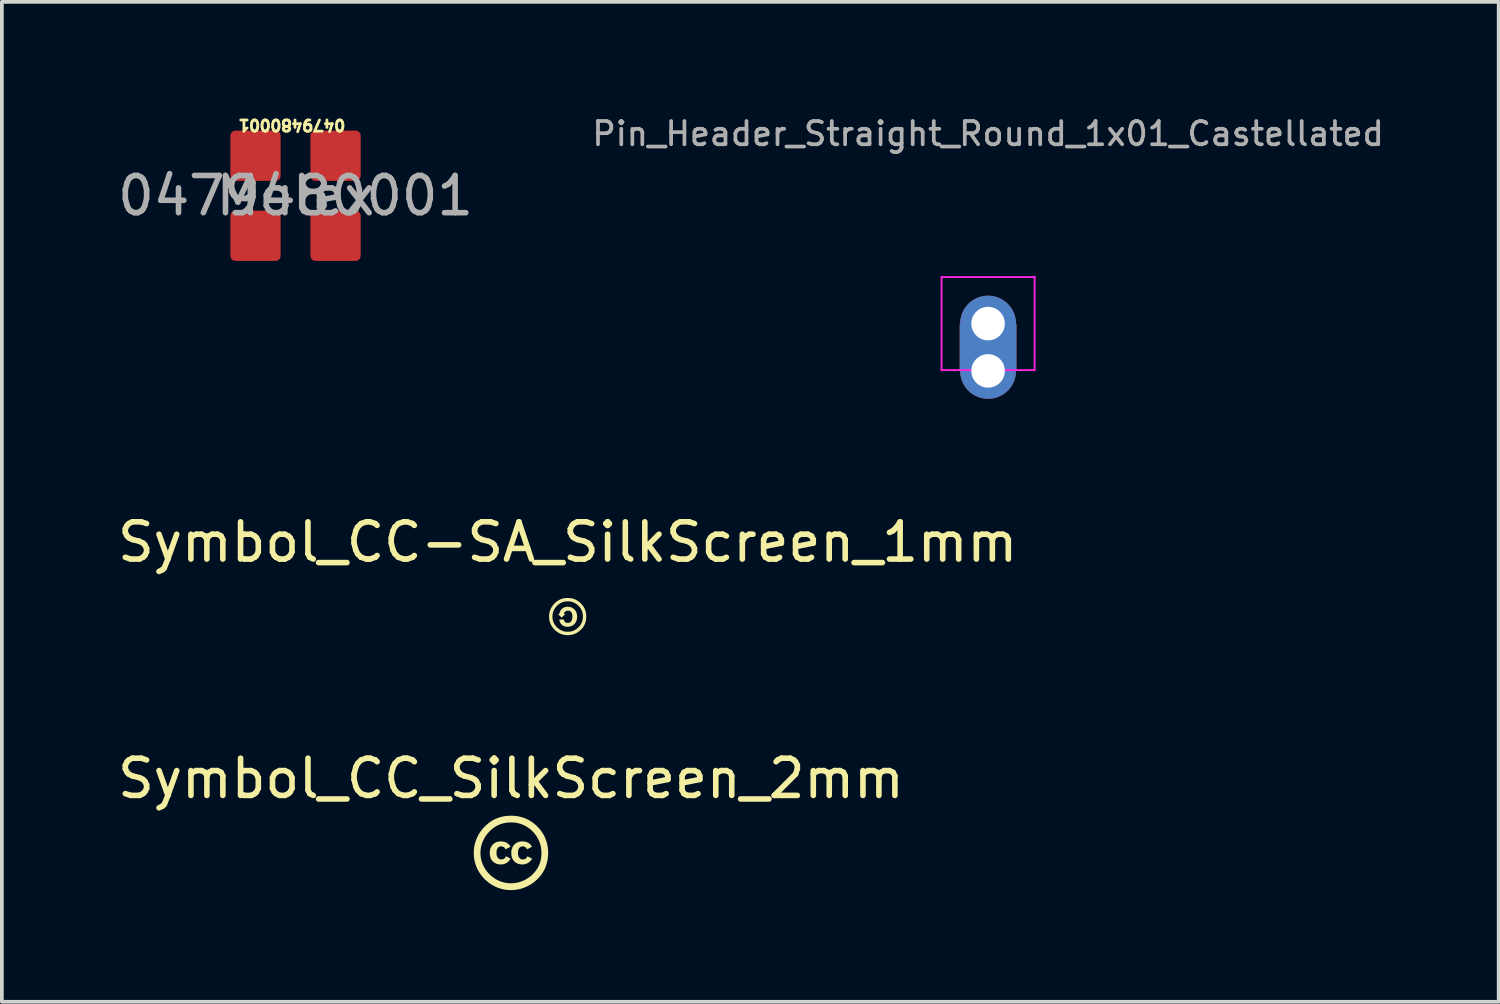
<source format=kicad_pcb>
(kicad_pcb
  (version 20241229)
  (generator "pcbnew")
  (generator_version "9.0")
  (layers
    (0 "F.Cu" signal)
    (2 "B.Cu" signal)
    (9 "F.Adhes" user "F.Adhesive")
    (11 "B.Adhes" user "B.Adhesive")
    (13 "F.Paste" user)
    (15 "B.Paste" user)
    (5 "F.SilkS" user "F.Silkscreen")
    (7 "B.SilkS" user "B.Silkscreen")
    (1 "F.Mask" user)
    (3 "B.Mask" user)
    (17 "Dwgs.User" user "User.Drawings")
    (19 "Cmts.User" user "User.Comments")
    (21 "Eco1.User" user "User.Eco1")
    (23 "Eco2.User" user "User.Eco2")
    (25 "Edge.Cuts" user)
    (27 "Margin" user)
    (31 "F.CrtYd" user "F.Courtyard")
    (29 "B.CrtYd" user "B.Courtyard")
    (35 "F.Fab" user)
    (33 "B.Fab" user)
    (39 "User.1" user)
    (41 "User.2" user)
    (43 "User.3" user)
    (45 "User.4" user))
  (footprint "Pin_Header_Straight_Round_1x01_Castellated"
    (layer "F.Cu")
    (at 23.486 5.641)
    (property "Reference" "Pin_Header_Straight_Round_1x01_Castellated" (at 0 -5.1 180) (layer "F.Fab") (effects (font (size 0.625 0.625) (thickness 0.1))))
    (attr through_hole)
    (fp_line (start -1.25 -1.25) (end -1.25 1.25) (stroke (width 0.05) (type solid)) (layer "F.CrtYd"))
    (fp_line (start -1.25 -1.25) (end 1.25 -1.25) (stroke (width 0.05) (type solid)) (layer "F.CrtYd"))
    (fp_line (start -1.25 1.25) (end 1.25 1.25) (stroke (width 0.05) (type solid)) (layer "F.CrtYd"))
    (fp_line (start 1.25 -1.25) (end 1.25 1.25) (stroke (width 0.05) (type solid)) (layer "F.CrtYd"))
    (pad "1" thru_hole circle (at 0 0) (size 1.5 1.5) (drill 0.9) (layers "*.Cu" "*.Mask"))
    (pad "1" smd rect (at 0 0.635) (size 1.524 1.27) (layers "F.Cu" "F.Mask"))
    (pad "1" smd rect (at 0 0.635) (size 1.524 1.27) (layers "B.Cu" "B.Mask"))
    (pad "1" thru_hole circle (at 0 1.27) (size 1.5 1.5) (drill 0.9) (layers "*.Cu" "*.Mask")))
  (footprint "Symbol_CC_SilkScreen_2mm"
    (layer "F.Cu")
    (at 10.673 19.857)
    (property "Reference" "Symbol_CC_SilkScreen_2mm" (at 0 -2 180) (layer "F.SilkS") (effects (font (size 1 1) (thickness 0.15))))
    (attr exclude_from_pos_files exclude_from_bom)
    (fp_poly (pts (xy -0.012 -0.167) (xy -0.146 -0.097) (xy -0.169 -0.135) (xy -0.198 -0.16) (xy -0.256 -0.177) (xy -0.304 -0.17) (xy -0.342 -0.149) (xy -0.369 -0.114) (xy -0.385 -0.064) (xy -0.39 -0.001) (xy -0.386 0.049) (xy -0.375 0.092) (xy -0.356 0.128) (xy -0.314 0.164) (xy -0.256 0.176) (xy -0.204 0.166) (xy -0.163 0.138) (xy -0.133 0.09) (xy -0.01 0.153) (xy -0.039 0.198) (xy -0.076 0.236) (xy -0.119 0.268) (xy -0.167 0.291) (xy -0.218 0.305) (xy -0.272 0.31) (xy -0.336 0.304) (xy -0.393 0.289) (xy -0.444 0.263) (xy -0.488 0.227) (xy -0.518 0.192) (xy -0.541 0.152) (xy -0.557 0.106) (xy -0.567 0.055) (xy -0.57 -0.001) (xy -0.567 -0.056) (xy -0.557 -0.106) (xy -0.54 -0.151) (xy -0.517 -0.192) (xy -0.487 -0.227) (xy -0.443 -0.264) (xy -0.393 -0.29) (xy -0.338 -0.306) (xy -0.278 -0.311) (xy -0.219 -0.307) (xy -0.166 -0.295) (xy -0.118 -0.275) (xy -0.077 -0.247) (xy -0.041 -0.211) (xy -0.012 -0.167)) (stroke (width 0) (type solid)) (fill yes) (layer "F.SilkS"))
    (fp_poly (pts (xy 0.565 -0.167) (xy 0.433 -0.097) (xy 0.409 -0.135) (xy 0.38 -0.16) (xy 0.349 -0.173) (xy 0.32 -0.177) (xy 0.272 -0.17) (xy 0.234 -0.149) (xy 0.208 -0.114) (xy 0.192 -0.064) (xy 0.186 -0.001) (xy 0.19 0.049) (xy 0.201 0.092) (xy 0.22 0.128) (xy 0.262 0.164) (xy 0.32 0.176) (xy 0.373 0.166) (xy 0.414 0.138) (xy 0.443 0.09) (xy 0.568 0.153) (xy 0.538 0.198) (xy 0.501 0.236) (xy 0.458 0.268) (xy 0.41 0.291) (xy 0.359 0.305) (xy 0.306 0.31) (xy 0.241 0.304) (xy 0.184 0.289) (xy 0.133 0.263) (xy 0.089 0.227) (xy 0.06 0.192) (xy 0.037 0.152) (xy 0.021 0.106) (xy 0.011 0.055) (xy 0.008 -0.001) (xy 0.011 -0.056) (xy 0.021 -0.106) (xy 0.038 -0.151) (xy 0.061 -0.192) (xy 0.091 -0.227) (xy 0.135 -0.264) (xy 0.185 -0.29) (xy 0.24 -0.306) (xy 0.301 -0.311) (xy 0.359 -0.307) (xy 0.412 -0.295) (xy 0.459 -0.275) (xy 0.5 -0.247) (xy 0.535 -0.211) (xy 0.565 -0.167)) (stroke (width 0) (type solid)) (fill yes) (layer "F.SilkS"))
    (fp_poly (pts (xy -0.003 -1) (xy 0.001 -0.82) (xy 0.062 -0.818) (xy 0.121 -0.812) (xy 0.178 -0.802) (xy 0.234 -0.788) (xy 0.289 -0.77) (xy 0.341 -0.748) (xy 0.393 -0.722) (xy 0.442 -0.692) (xy 0.49 -0.659) (xy 0.536 -0.621) (xy 0.581 -0.579) (xy 0.618 -0.539) (xy 0.652 -0.498) (xy 0.683 -0.455) (xy 0.711 -0.41) (xy 0.735 -0.363) (xy 0.757 -0.315) (xy 0.776 -0.265) (xy 0.791 -0.214) (xy 0.803 -0.162) (xy 0.811 -0.109) (xy 0.816 -0.056) (xy 0.818 -0.001) (xy 0.816 0.061) (xy 0.81 0.121) (xy 0.801 0.178) (xy 0.787 0.234) (xy 0.77 0.288) (xy 0.748 0.34) (xy 0.723 0.39) (xy 0.694 0.439) (xy 0.661 0.485) (xy 0.625 0.529) (xy 0.584 0.572) (xy 0.543 0.61) (xy 0.5 0.644) (xy 0.456 0.676) (xy 0.409 0.704) (xy 0.362 0.73) (xy 0.312 0.752) (xy 0.262 0.771) (xy 0.211 0.787) (xy 0.159 0.799) (xy 0.107 0.807) (xy 0.054 0.813) (xy 0.001 0.814) (xy -0.053 0.813) (xy -0.106 0.808) (xy -0.158 0.799) (xy -0.209 0.787) (xy -0.26 0.772) (xy -0.31 0.753) (xy -0.358 0.731) (xy -0.405 0.706) (xy -0.45 0.677) (xy -0.494 0.646) (xy -0.535 0.612) (xy -0.575 0.574) (xy -0.613 0.535) (xy -0.648 0.493) (xy -0.68 0.45) (xy -0.708 0.404) (xy -0.734 0.357) (xy -0.757 0.309) (xy -0.776 0.259) (xy -0.792 0.208) (xy -0.804 0.157) (xy -0.813 0.105) (xy -0.818 0.052) (xy -0.82 -0.001) (xy -0.818 -0.055) (xy -0.813 -0.108) (xy -0.804 -0.16) (xy -0.792 -0.211) (xy -0.776 -0.262) (xy -0.757 -0.312) (xy -0.734 -0.361) (xy -0.708 -0.408) (xy -0.68 -0.454) (xy -0.648 -0.498) (xy -0.613 -0.54) (xy -0.575 -0.581) (xy -0.532 -0.622) (xy -0.487 -0.66) (xy -0.44 -0.693) (xy -0.391 -0.723) (xy -0.34 -0.749) (xy -0.288 -0.77) (xy -0.234 -0.788) (xy -0.178 -0.802) (xy -0.12 -0.812) (xy -0.061 -0.818) (xy 0.001 -0.82) (xy -0.003 -1) (xy -0.066 -0.998) (xy -0.128 -0.993) (xy -0.188 -0.985) (xy -0.246 -0.972) (xy -0.303 -0.957) (xy -0.359 -0.938) (xy -0.413 -0.916) (xy -0.465 -0.89) (xy -0.516 -0.861) (xy -0.565 -0.828) (xy -0.613 -0.792) (xy -0.659 -0.752) (xy -0.704 -0.709) (xy -0.744 -0.667) (xy -0.781 -0.623) (xy -0.815 -0.578) (xy -0.847 -0.532) (xy -0.875 -0.483) (xy -0.901 -0.433) (xy -0.924 -0.382) (xy -0.944 -0.329) (xy -0.961 -0.276) (xy -0.975 -0.222) (xy -0.986 -0.168) (xy -0.994 -0.113) (xy -0.998 -0.057) (xy -1 -0.001) (xy -0.998 0.056) (xy -0.994 0.112) (xy -0.986 0.167) (xy -0.976 0.221) (xy -0.962 0.275) (xy -0.945 0.327) (xy -0.925 0.379) (xy -0.902 0.43) (xy -0.877 0.479) (xy -0.848 0.527) (xy -0.817 0.573) (xy -0.783 0.618) (xy -0.746 0.661) (xy -0.707 0.703) (xy -0.665 0.743) (xy -0.621 0.779) (xy -0.577 0.814) (xy -0.53 0.845) (xy -0.482 0.873) (xy -0.433 0.899) (xy -0.382 0.922) (xy -0.33 0.942) (xy -0.277 0.959) (xy -0.223 0.973) (xy -0.169 0.984) (xy -0.114 0.992) (xy -0.059 0.997) (xy -0.003 0.998) (xy 0.054 0.997) (xy 0.109 0.992) (xy 0.165 0.984) (xy 0.22 0.973) (xy 0.274 0.959) (xy 0.328 0.942) (xy 0.381 0.921) (xy 0.433 0.898) (xy 0.484 0.872) (xy 0.533 0.843) (xy 0.58 0.812) (xy 0.626 0.777) (xy 0.67 0.74) (xy 0.713 0.7) (xy 0.752 0.66) (xy 0.788 0.618) (xy 0.821 0.575) (xy 0.851 0.529) (xy 0.879 0.482) (xy 0.904 0.434) (xy 0.926 0.383) (xy 0.945 0.332) (xy 0.961 0.279) (xy 0.974 0.225) (xy 0.985 0.17) (xy 0.992 0.114) (xy 0.997 0.057) (xy 0.998 -0.001) (xy 0.997 -0.059) (xy 0.992 -0.115) (xy 0.985 -0.171) (xy 0.974 -0.226) (xy 0.961 -0.28) (xy 0.944 -0.333) (xy 0.925 -0.385) (xy 0.903 -0.436) (xy 0.878 -0.486) (xy 0.85 -0.533) (xy 0.819 -0.579) (xy 0.786 -0.624) (xy 0.75 -0.666) (xy 0.711 -0.707) (xy 0.668 -0.748) (xy 0.624 -0.785) (xy 0.579 -0.819) (xy 0.532 -0.851) (xy 0.485 -0.879) (xy 0.436 -0.904) (xy 0.385 -0.927) (xy 0.334 -0.946) (xy 0.281 -0.963) (xy 0.227 -0.976) (xy 0.171 -0.987) (xy 0.114 -0.994) (xy 0.056 -0.999) (xy -0.003 -1)) (stroke (width 0) (type solid)) (fill yes) (layer "F.SilkS")))
  (footprint "0479480001"
    (layer "F.Cu")
    (at 4.887 2.207)
    (property "Reference" "0479480001" (at -0.1 -1.9 180) (unlocked yes) (layer "F.SilkS") (effects (font (size 0.3 0.3) (thickness 0.075))))
    (property "Datasheet" "" (at 0 0 0) (unlocked yes) (layer "F.Fab") (effects (font (size 1.27 1.27) (thickness 0.15))))
    (property "Description" "" (at 0 0 0) (unlocked yes) (layer "F.Fab") (effects (font (size 1.27 1.27) (thickness 0.15))))
    (property "Mfg" "Molex" (at 0 0 0) (layer "F.Fab") (effects (font (size 1 1) (thickness 0.15))))
    (property "PN" "0479480001" (at 0 0 0) (layer "F.Fab") (effects (font (size 1 1) (thickness 0.15))))
    (attr through_hole)
    (pad "1" smd roundrect (at 1.075 1.075) (size 1.35 1.35) (layers "F.Cu" "F.Mask" "F.Paste") (roundrect_rratio 0.1))
    (pad "2" smd roundrect (at -1.075 -1.075) (size 1.35 1.35) (layers "F.Cu" "F.Mask" "F.Paste") (roundrect_rratio 0.1))
    (pad "2" smd roundrect (at -1.075 1.075) (size 1.35 1.35) (layers "F.Cu" "F.Mask" "F.Paste") (roundrect_rratio 0.1))
    (pad "2" smd roundrect (at 1.075 -1.075) (size 1.35 1.35) (layers "F.Cu" "F.Mask" "F.Paste") (roundrect_rratio 0.1)))
  (footprint "Symbol_CC-SA_SilkScreen_1mm"
    (layer "F.Cu")
    (at 12.196 13.509)
    (property "Reference" "Symbol_CC-SA_SilkScreen_1mm" (at 0 -2 180) (layer "F.SilkS") (effects (font (size 1 1) (thickness 0.15))))
    (attr exclude_from_pos_files exclude_from_bom)
    (fp_poly (pts (xy -0.223 -0.071) (xy -0.217 -0.1) (xy -0.208 -0.128) (xy -0.197 -0.152) (xy -0.183 -0.175) (xy -0.167 -0.195) (xy -0.149 -0.213) (xy -0.128 -0.229) (xy -0.106 -0.241) (xy -0.082 -0.251) (xy -0.057 -0.258) (xy -0.031 -0.262) (xy -0.003 -0.264) (xy 0.029 -0.262) (xy 0.06 -0.257) (xy 0.089 -0.25) (xy 0.116 -0.239) (xy 0.14 -0.225) (xy 0.163 -0.208) (xy 0.184 -0.188) (xy 0.203 -0.165) (xy 0.218 -0.141) (xy 0.231 -0.115) (xy 0.241 -0.087) (xy 0.248 -0.058) (xy 0.252 -0.026) (xy 0.254 0.007) (xy 0.252 0.039) (xy 0.248 0.069) (xy 0.24 0.098) (xy 0.23 0.125) (xy 0.217 0.151) (xy 0.201 0.175) (xy 0.182 0.198) (xy 0.16 0.218) (xy 0.137 0.235) (xy 0.112 0.249) (xy 0.085 0.26) (xy 0.056 0.268) (xy 0.026 0.273) (xy -0.006 0.274) (xy -0.033 0.273) (xy -0.06 0.269) (xy -0.085 0.262) (xy -0.109 0.252) (xy -0.131 0.239) (xy -0.152 0.223) (xy -0.171 0.205) (xy -0.188 0.185) (xy -0.201 0.162) (xy -0.212 0.137) (xy -0.221 0.109) (xy -0.226 0.079) (xy -0.1 0.079) (xy -0.096 0.107) (xy -0.086 0.129) (xy -0.071 0.147) (xy -0.05 0.16) (xy -0.023 0.167) (xy 0.009 0.17) (xy 0.034 0.167) (xy 0.057 0.159) (xy 0.077 0.144) (xy 0.094 0.124) (xy 0.106 0.105) (xy 0.115 0.083) (xy 0.121 0.059) (xy 0.125 0.032) (xy 0.126 0.003) (xy 0.125 -0.027) (xy 0.122 -0.054) (xy 0.116 -0.079) (xy 0.107 -0.1) (xy 0.097 -0.118) (xy 0.08 -0.136) (xy 0.061 -0.149) (xy 0.038 -0.157) (xy 0.012 -0.159) (xy -0.019 -0.157) (xy -0.045 -0.149) (xy -0.066 -0.137) (xy -0.082 -0.12) (xy -0.094 -0.098) (xy -0.1 -0.071) (xy -0.064 -0.071) (xy -0.163 0.028) (xy -0.262 -0.071) (xy -0.223 -0.071)) (stroke (width 0) (type solid)) (fill yes) (layer "F.SilkS"))
    (fp_poly (pts (xy -0.001 -0.5) (xy 0.000418 -0.41) (xy 0.031 -0.409) (xy 0.061 -0.406) (xy 0.089 -0.401) (xy 0.117 -0.394) (xy 0.145 -0.385) (xy 0.171 -0.374) (xy 0.196 -0.361) (xy 0.221 -0.346) (xy 0.245 -0.329) (xy 0.267 -0.31) (xy 0.289 -0.289) (xy 0.31 -0.268) (xy 0.329 -0.245) (xy 0.346 -0.221) (xy 0.361 -0.197) (xy 0.373 -0.171) (xy 0.384 -0.145) (xy 0.393 -0.118) (xy 0.4 -0.09) (xy 0.405 -0.061) (xy 0.408 -0.031) (xy 0.409 -0.000467) (xy 0.408 0.03) (xy 0.405 0.06) (xy 0.4 0.089) (xy 0.393 0.117) (xy 0.385 0.144) (xy 0.374 0.17) (xy 0.361 0.195) (xy 0.347 0.219) (xy 0.33 0.242) (xy 0.312 0.265) (xy 0.291 0.286) (xy 0.268 0.307) (xy 0.245 0.326) (xy 0.22 0.343) (xy 0.195 0.359) (xy 0.17 0.372) (xy 0.143 0.383) (xy 0.116 0.392) (xy 0.088 0.399) (xy 0.06 0.404) (xy 0.03 0.407) (xy 0.000387 0.408) (xy -0.03 0.407) (xy -0.059 0.404) (xy -0.088 0.399) (xy -0.115 0.392) (xy -0.142 0.383) (xy -0.169 0.372) (xy -0.194 0.359) (xy -0.219 0.344) (xy -0.243 0.327) (xy -0.266 0.308) (xy -0.289 0.287) (xy -0.31 0.264) (xy -0.329 0.241) (xy -0.346 0.218) (xy -0.361 0.193) (xy -0.374 0.168) (xy -0.385 0.142) (xy -0.394 0.115) (xy -0.401 0.087) (xy -0.406 0.059) (xy -0.409 0.029) (xy -0.41 -0.000467) (xy -0.409 -0.03) (xy -0.406 -0.059) (xy -0.401 -0.087) (xy -0.394 -0.115) (xy -0.385 -0.142) (xy -0.374 -0.168) (xy -0.36 -0.194) (xy -0.345 -0.219) (xy -0.328 -0.243) (xy -0.309 -0.267) (xy -0.288 -0.289) (xy -0.266 -0.31) (xy -0.243 -0.329) (xy -0.22 -0.346) (xy -0.195 -0.361) (xy -0.17 -0.374) (xy -0.144 -0.385) (xy -0.117 -0.394) (xy -0.089 -0.401) (xy -0.06 -0.406) (xy -0.03 -0.409) (xy 0.000418 -0.41) (xy -0.001 -0.5) (xy -0.033 -0.499) (xy -0.063 -0.497) (xy -0.093 -0.492) (xy -0.122 -0.486) (xy -0.151 -0.478) (xy -0.179 -0.469) (xy -0.206 -0.458) (xy -0.232 -0.445) (xy -0.258 -0.43) (xy -0.282 -0.414) (xy -0.307 -0.396) (xy -0.33 -0.376) (xy -0.353 -0.355) (xy -0.375 -0.331) (xy -0.395 -0.307) (xy -0.413 -0.283) (xy -0.429 -0.257) (xy -0.444 -0.231) (xy -0.457 -0.205) (xy -0.469 -0.177) (xy -0.478 -0.15) (xy -0.486 -0.121) (xy -0.492 -0.092) (xy -0.497 -0.062) (xy -0.499 -0.032) (xy -0.5 -0.000436) (xy -0.499 0.031) (xy -0.497 0.061) (xy -0.492 0.091) (xy -0.486 0.12) (xy -0.478 0.149) (xy -0.469 0.177) (xy -0.457 0.204) (xy -0.444 0.23) (xy -0.429 0.256) (xy -0.413 0.281) (xy -0.395 0.305) (xy -0.375 0.329) (xy -0.353 0.352) (xy -0.33 0.374) (xy -0.306 0.394) (xy -0.281 0.412) (xy -0.256 0.429) (xy -0.23 0.443) (xy -0.204 0.456) (xy -0.177 0.468) (xy -0.149 0.477) (xy -0.121 0.485) (xy -0.092 0.491) (xy -0.062 0.496) (xy -0.032 0.498) (xy -0.001 0.499) (xy 0.028 0.498) (xy 0.057 0.496) (xy 0.085 0.492) (xy 0.112 0.487) (xy 0.139 0.48) (xy 0.166 0.472) (xy 0.192 0.462) (xy 0.217 0.451) (xy 0.241 0.438) (xy 0.266 0.424) (xy 0.289 0.408) (xy 0.312 0.39) (xy 0.334 0.371) (xy 0.356 0.351) (xy 0.377 0.329) (xy 0.397 0.306) (xy 0.415 0.282) (xy 0.431 0.257) (xy 0.445 0.232) (xy 0.458 0.206) (xy 0.469 0.179) (xy 0.478 0.151) (xy 0.486 0.122) (xy 0.491 0.093) (xy 0.496 0.062) (xy 0.498 0.031) (xy 0.499 -0.000467) (xy 0.498 -0.032) (xy 0.496 -0.063) (xy 0.491 -0.094) (xy 0.485 -0.123) (xy 0.478 -0.152) (xy 0.468 -0.18) (xy 0.457 -0.207) (xy 0.444 -0.234) (xy 0.429 -0.26) (xy 0.413 -0.284) (xy 0.395 -0.309) (xy 0.375 -0.332) (xy 0.354 -0.355) (xy 0.331 -0.376) (xy 0.307 -0.396) (xy 0.283 -0.414) (xy 0.258 -0.43) (xy 0.232 -0.445) (xy 0.206 -0.458) (xy 0.178 -0.469) (xy 0.15 -0.478) (xy 0.122 -0.486) (xy 0.092 -0.492) (xy 0.062 -0.497) (xy 0.031 -0.499) (xy -0.001 -0.5)) (stroke (width 0) (type solid)) (fill yes) (layer "F.SilkS")))
  (gr_rect
    (start -3 -3)
    (end 37.199 23.855)
    (stroke (width 0.1) (type default))
    (fill no)
    (layer "Edge.Cuts")))
</source>
